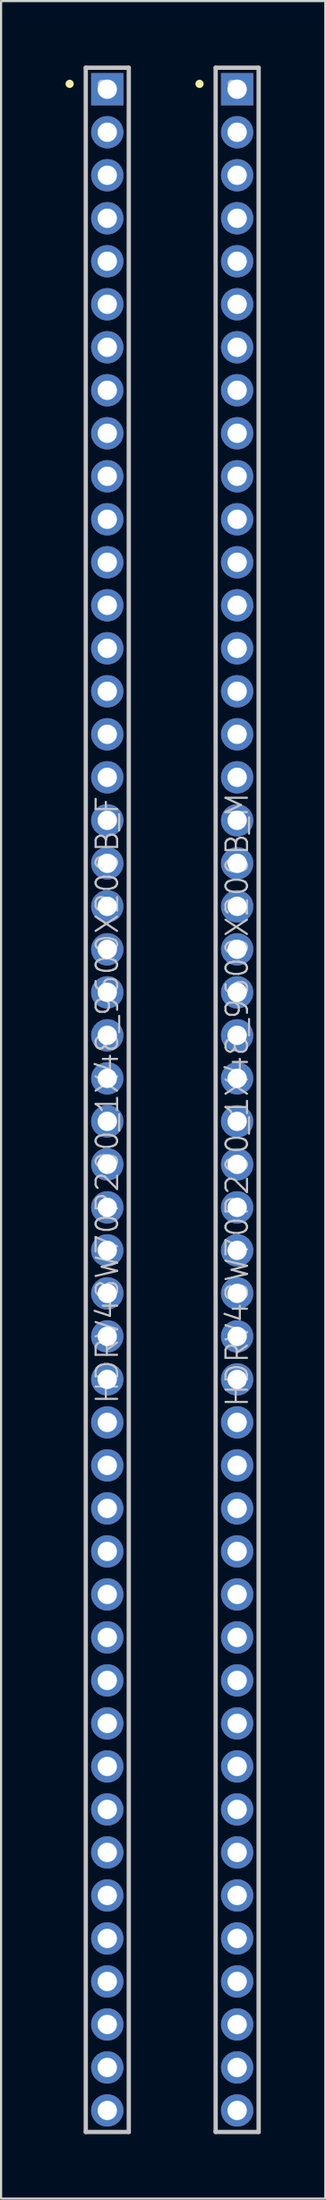
<source format=kicad_pcb>
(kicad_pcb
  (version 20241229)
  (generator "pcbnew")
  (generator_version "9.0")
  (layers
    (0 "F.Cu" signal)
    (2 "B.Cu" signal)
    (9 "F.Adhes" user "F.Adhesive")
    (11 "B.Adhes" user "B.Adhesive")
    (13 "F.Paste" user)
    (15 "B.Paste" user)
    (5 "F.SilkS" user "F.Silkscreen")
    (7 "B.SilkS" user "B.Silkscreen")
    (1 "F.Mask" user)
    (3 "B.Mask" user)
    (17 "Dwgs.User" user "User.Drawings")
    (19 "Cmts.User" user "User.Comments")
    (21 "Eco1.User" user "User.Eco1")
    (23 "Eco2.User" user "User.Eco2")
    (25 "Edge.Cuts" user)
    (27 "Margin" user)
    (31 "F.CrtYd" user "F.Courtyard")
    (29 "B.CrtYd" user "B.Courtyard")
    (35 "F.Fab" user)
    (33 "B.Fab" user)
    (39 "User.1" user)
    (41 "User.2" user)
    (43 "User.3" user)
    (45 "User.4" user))
  (footprint "HDRV48W70P200_1X48_9600X200B_M"
    (layer "F.Cu")
    (at 7.981 48.1)
    (property "Reference" "HDRV48W70P200_1X48_9600X200B_M" (at 0 0 90) (layer "Dwgs.User") (effects (font (size 1 1) (thickness 0.1))))
    (attr through_hole)
    (fp_line (start -1.75 -47.25) (end -1.75 -47.25) (stroke (width 0.381) (type solid)) (layer "F.SilkS"))
    (fp_line (start -1 -48) (end -1 48) (stroke (width 0.2) (type solid)) (layer "Dwgs.User"))
    (fp_line (start -1 -48) (end 1 -48) (stroke (width 0.2) (type solid)) (layer "Dwgs.User"))
    (fp_line (start -1 48) (end 1 48) (stroke (width 0.2) (type solid)) (layer "Dwgs.User"))
    (fp_line (start -0.25 -47.25) (end -0.25 -47.25) (stroke (width 0.381) (type solid)) (layer "Dwgs.User"))
    (fp_line (start 1 -48) (end 1 48) (stroke (width 0.2) (type solid)) (layer "Dwgs.User"))
    (pad "1" thru_hole rect (at 0 -47) (size 1.5 1.5) (drill 0.9) (layers "*.Cu" "*.Mask"))
    (pad "2" thru_hole circle (at 0 -45 270) (size 1.5 1.5) (drill 0.9) (layers "*.Cu" "*.Mask"))
    (pad "3" thru_hole circle (at 0 -43 270) (size 1.5 1.5) (drill 0.9) (layers "*.Cu" "*.Mask"))
    (pad "4" thru_hole circle (at 0 -41 270) (size 1.5 1.5) (drill 0.9) (layers "*.Cu" "*.Mask"))
    (pad "5" thru_hole circle (at 0 -39 270) (size 1.5 1.5) (drill 0.9) (layers "*.Cu" "*.Mask"))
    (pad "6" thru_hole circle (at 0 -37 270) (size 1.5 1.5) (drill 0.9) (layers "*.Cu" "*.Mask"))
    (pad "7" thru_hole circle (at 0 -35 270) (size 1.5 1.5) (drill 0.9) (layers "*.Cu" "*.Mask"))
    (pad "8" thru_hole circle (at 0 -33 270) (size 1.5 1.5) (drill 0.9) (layers "*.Cu" "*.Mask"))
    (pad "9" thru_hole circle (at 0 -31 270) (size 1.5 1.5) (drill 0.9) (layers "*.Cu" "*.Mask"))
    (pad "10" thru_hole circle (at 0 -29 270) (size 1.5 1.5) (drill 0.9) (layers "*.Cu" "*.Mask"))
    (pad "11" thru_hole circle (at 0 -27 270) (size 1.5 1.5) (drill 0.9) (layers "*.Cu" "*.Mask"))
    (pad "12" thru_hole circle (at 0 -25 270) (size 1.5 1.5) (drill 0.9) (layers "*.Cu" "*.Mask"))
    (pad "13" thru_hole circle (at 0 -23 270) (size 1.5 1.5) (drill 0.9) (layers "*.Cu" "*.Mask"))
    (pad "14" thru_hole circle (at 0 -21 270) (size 1.5 1.5) (drill 0.9) (layers "*.Cu" "*.Mask"))
    (pad "15" thru_hole circle (at 0 -19 270) (size 1.5 1.5) (drill 0.9) (layers "*.Cu" "*.Mask"))
    (pad "16" thru_hole circle (at 0 -17 270) (size 1.5 1.5) (drill 0.9) (layers "*.Cu" "*.Mask"))
    (pad "17" thru_hole circle (at 0 -15 270) (size 1.5 1.5) (drill 0.9) (layers "*.Cu" "*.Mask"))
    (pad "18" thru_hole circle (at 0 -13 270) (size 1.5 1.5) (drill 0.9) (layers "*.Cu" "*.Mask"))
    (pad "19" thru_hole circle (at 0 -11 270) (size 1.5 1.5) (drill 0.9) (layers "*.Cu" "*.Mask"))
    (pad "20" thru_hole circle (at 0 -9 270) (size 1.5 1.5) (drill 0.9) (layers "*.Cu" "*.Mask"))
    (pad "21" thru_hole circle (at 0 -7 270) (size 1.5 1.5) (drill 0.9) (layers "*.Cu" "*.Mask"))
    (pad "22" thru_hole circle (at 0 -5 270) (size 1.5 1.5) (drill 0.9) (layers "*.Cu" "*.Mask"))
    (pad "23" thru_hole circle (at 0 -3 270) (size 1.5 1.5) (drill 0.9) (layers "*.Cu" "*.Mask"))
    (pad "24" thru_hole circle (at 0 -1 270) (size 1.5 1.5) (drill 0.9) (layers "*.Cu" "*.Mask"))
    (pad "25" thru_hole circle (at 0 1 270) (size 1.5 1.5) (drill 0.9) (layers "*.Cu" "*.Mask"))
    (pad "26" thru_hole circle (at 0 3 270) (size 1.5 1.5) (drill 0.9) (layers "*.Cu" "*.Mask"))
    (pad "27" thru_hole circle (at 0 5 270) (size 1.5 1.5) (drill 0.9) (layers "*.Cu" "*.Mask"))
    (pad "28" thru_hole circle (at 0 7 270) (size 1.5 1.5) (drill 0.9) (layers "*.Cu" "*.Mask"))
    (pad "29" thru_hole circle (at 0 9 270) (size 1.5 1.5) (drill 0.9) (layers "*.Cu" "*.Mask"))
    (pad "30" thru_hole circle (at 0 11 270) (size 1.5 1.5) (drill 0.9) (layers "*.Cu" "*.Mask"))
    (pad "31" thru_hole circle (at 0 13 270) (size 1.5 1.5) (drill 0.9) (layers "*.Cu" "*.Mask"))
    (pad "32" thru_hole circle (at 0 15 270) (size 1.5 1.5) (drill 0.9) (layers "*.Cu" "*.Mask"))
    (pad "33" thru_hole circle (at 0 17 270) (size 1.5 1.5) (drill 0.9) (layers "*.Cu" "*.Mask"))
    (pad "34" thru_hole circle (at 0 19 270) (size 1.5 1.5) (drill 0.9) (layers "*.Cu" "*.Mask"))
    (pad "35" thru_hole circle (at 0 21 270) (size 1.5 1.5) (drill 0.9) (layers "*.Cu" "*.Mask"))
    (pad "36" thru_hole circle (at 0 23 270) (size 1.5 1.5) (drill 0.9) (layers "*.Cu" "*.Mask"))
    (pad "37" thru_hole circle (at 0 25 270) (size 1.5 1.5) (drill 0.9) (layers "*.Cu" "*.Mask"))
    (pad "38" thru_hole circle (at 0 27 270) (size 1.5 1.5) (drill 0.9) (layers "*.Cu" "*.Mask"))
    (pad "39" thru_hole circle (at 0 29 270) (size 1.5 1.5) (drill 0.9) (layers "*.Cu" "*.Mask"))
    (pad "40" thru_hole circle (at 0 31 270) (size 1.5 1.5) (drill 0.9) (layers "*.Cu" "*.Mask"))
    (pad "41" thru_hole circle (at 0 33 270) (size 1.5 1.5) (drill 0.9) (layers "*.Cu" "*.Mask"))
    (pad "42" thru_hole circle (at 0 35 270) (size 1.5 1.5) (drill 0.9) (layers "*.Cu" "*.Mask"))
    (pad "43" thru_hole circle (at 0 37 270) (size 1.5 1.5) (drill 0.9) (layers "*.Cu" "*.Mask"))
    (pad "44" thru_hole circle (at 0 39 270) (size 1.5 1.5) (drill 0.9) (layers "*.Cu" "*.Mask"))
    (pad "45" thru_hole circle (at 0 41 270) (size 1.5 1.5) (drill 0.9) (layers "*.Cu" "*.Mask"))
    (pad "46" thru_hole circle (at 0 43 270) (size 1.5 1.5) (drill 0.9) (layers "*.Cu" "*.Mask"))
    (pad "47" thru_hole circle (at 0 45 270) (size 1.5 1.5) (drill 0.9) (layers "*.Cu" "*.Mask"))
    (pad "48" thru_hole circle (at 0 47 270) (size 1.5 1.5) (drill 0.9) (layers "*.Cu" "*.Mask")))
  (footprint "HDRV48W70P200_1X48_9600X200B_F"
    (layer "F.Cu")
    (at 1.94 48.1)
    (property "Reference" "HDRV48W70P200_1X48_9600X200B_F" (at 0 0 90) (layer "Dwgs.User") (effects (font (size 1 1) (thickness 0.1))))
    (attr through_hole)
    (fp_line (start -1.75 -47.25) (end -1.75 -47.25) (stroke (width 0.381) (type solid)) (layer "F.SilkS"))
    (fp_line (start -1 -48) (end -1 48) (stroke (width 0.2) (type solid)) (layer "Dwgs.User"))
    (fp_line (start -1 -48) (end 1 -48) (stroke (width 0.2) (type solid)) (layer "Dwgs.User"))
    (fp_line (start -1 48) (end 1 48) (stroke (width 0.2) (type solid)) (layer "Dwgs.User"))
    (fp_line (start -0.25 -47.25) (end -0.25 -47.25) (stroke (width 0.381) (type solid)) (layer "Dwgs.User"))
    (fp_line (start 1 -48) (end 1 48) (stroke (width 0.2) (type solid)) (layer "Dwgs.User"))
    (pad "1" thru_hole rect (at 0 -47) (size 1.5 1.5) (drill 0.9) (layers "*.Cu" "*.Mask"))
    (pad "2" thru_hole circle (at 0 -45 270) (size 1.5 1.5) (drill 0.9) (layers "*.Cu" "*.Mask"))
    (pad "3" thru_hole circle (at 0 -43 270) (size 1.5 1.5) (drill 0.9) (layers "*.Cu" "*.Mask"))
    (pad "4" thru_hole circle (at 0 -41 270) (size 1.5 1.5) (drill 0.9) (layers "*.Cu" "*.Mask"))
    (pad "5" thru_hole circle (at 0 -39 270) (size 1.5 1.5) (drill 0.9) (layers "*.Cu" "*.Mask"))
    (pad "6" thru_hole circle (at 0 -37 270) (size 1.5 1.5) (drill 0.9) (layers "*.Cu" "*.Mask"))
    (pad "7" thru_hole circle (at 0 -35 270) (size 1.5 1.5) (drill 0.9) (layers "*.Cu" "*.Mask"))
    (pad "8" thru_hole circle (at 0 -33 270) (size 1.5 1.5) (drill 0.9) (layers "*.Cu" "*.Mask"))
    (pad "9" thru_hole circle (at 0 -31 270) (size 1.5 1.5) (drill 0.9) (layers "*.Cu" "*.Mask"))
    (pad "10" thru_hole circle (at 0 -29 270) (size 1.5 1.5) (drill 0.9) (layers "*.Cu" "*.Mask"))
    (pad "11" thru_hole circle (at 0 -27 270) (size 1.5 1.5) (drill 0.9) (layers "*.Cu" "*.Mask"))
    (pad "12" thru_hole circle (at 0 -25 270) (size 1.5 1.5) (drill 0.9) (layers "*.Cu" "*.Mask"))
    (pad "13" thru_hole circle (at 0 -23 270) (size 1.5 1.5) (drill 0.9) (layers "*.Cu" "*.Mask"))
    (pad "14" thru_hole circle (at 0 -21 270) (size 1.5 1.5) (drill 0.9) (layers "*.Cu" "*.Mask"))
    (pad "15" thru_hole circle (at 0 -19 270) (size 1.5 1.5) (drill 0.9) (layers "*.Cu" "*.Mask"))
    (pad "16" thru_hole circle (at 0 -17 270) (size 1.5 1.5) (drill 0.9) (layers "*.Cu" "*.Mask"))
    (pad "17" thru_hole circle (at 0 -15 270) (size 1.5 1.5) (drill 0.9) (layers "*.Cu" "*.Mask"))
    (pad "18" thru_hole circle (at 0 -13 270) (size 1.5 1.5) (drill 0.9) (layers "*.Cu" "*.Mask"))
    (pad "19" thru_hole circle (at 0 -11 270) (size 1.5 1.5) (drill 0.9) (layers "*.Cu" "*.Mask"))
    (pad "20" thru_hole circle (at 0 -9 270) (size 1.5 1.5) (drill 0.9) (layers "*.Cu" "*.Mask"))
    (pad "21" thru_hole circle (at 0 -7 270) (size 1.5 1.5) (drill 0.9) (layers "*.Cu" "*.Mask"))
    (pad "22" thru_hole circle (at 0 -5 270) (size 1.5 1.5) (drill 0.9) (layers "*.Cu" "*.Mask"))
    (pad "23" thru_hole circle (at 0 -3 270) (size 1.5 1.5) (drill 0.9) (layers "*.Cu" "*.Mask"))
    (pad "24" thru_hole circle (at 0 -1 270) (size 1.5 1.5) (drill 0.9) (layers "*.Cu" "*.Mask"))
    (pad "25" thru_hole circle (at 0 1 270) (size 1.5 1.5) (drill 0.9) (layers "*.Cu" "*.Mask"))
    (pad "26" thru_hole circle (at 0 3 270) (size 1.5 1.5) (drill 0.9) (layers "*.Cu" "*.Mask"))
    (pad "27" thru_hole circle (at 0 5 270) (size 1.5 1.5) (drill 0.9) (layers "*.Cu" "*.Mask"))
    (pad "28" thru_hole circle (at 0 7 270) (size 1.5 1.5) (drill 0.9) (layers "*.Cu" "*.Mask"))
    (pad "29" thru_hole circle (at 0 9 270) (size 1.5 1.5) (drill 0.9) (layers "*.Cu" "*.Mask"))
    (pad "30" thru_hole circle (at 0 11 270) (size 1.5 1.5) (drill 0.9) (layers "*.Cu" "*.Mask"))
    (pad "31" thru_hole circle (at 0 13 270) (size 1.5 1.5) (drill 0.9) (layers "*.Cu" "*.Mask"))
    (pad "32" thru_hole circle (at 0 15 270) (size 1.5 1.5) (drill 0.9) (layers "*.Cu" "*.Mask"))
    (pad "33" thru_hole circle (at 0 17 270) (size 1.5 1.5) (drill 0.9) (layers "*.Cu" "*.Mask"))
    (pad "34" thru_hole circle (at 0 19 270) (size 1.5 1.5) (drill 0.9) (layers "*.Cu" "*.Mask"))
    (pad "35" thru_hole circle (at 0 21 270) (size 1.5 1.5) (drill 0.9) (layers "*.Cu" "*.Mask"))
    (pad "36" thru_hole circle (at 0 23 270) (size 1.5 1.5) (drill 0.9) (layers "*.Cu" "*.Mask"))
    (pad "37" thru_hole circle (at 0 25 270) (size 1.5 1.5) (drill 0.9) (layers "*.Cu" "*.Mask"))
    (pad "38" thru_hole circle (at 0 27 270) (size 1.5 1.5) (drill 0.9) (layers "*.Cu" "*.Mask"))
    (pad "39" thru_hole circle (at 0 29 270) (size 1.5 1.5) (drill 0.9) (layers "*.Cu" "*.Mask"))
    (pad "40" thru_hole circle (at 0 31 270) (size 1.5 1.5) (drill 0.9) (layers "*.Cu" "*.Mask"))
    (pad "41" thru_hole circle (at 0 33 270) (size 1.5 1.5) (drill 0.9) (layers "*.Cu" "*.Mask"))
    (pad "42" thru_hole circle (at 0 35 270) (size 1.5 1.5) (drill 0.9) (layers "*.Cu" "*.Mask"))
    (pad "43" thru_hole circle (at 0 37 270) (size 1.5 1.5) (drill 0.9) (layers "*.Cu" "*.Mask"))
    (pad "44" thru_hole circle (at 0 39 270) (size 1.5 1.5) (drill 0.9) (layers "*.Cu" "*.Mask"))
    (pad "45" thru_hole circle (at 0 41 270) (size 1.5 1.5) (drill 0.9) (layers "*.Cu" "*.Mask"))
    (pad "46" thru_hole circle (at 0 43 270) (size 1.5 1.5) (drill 0.9) (layers "*.Cu" "*.Mask"))
    (pad "47" thru_hole circle (at 0 45 270) (size 1.5 1.5) (drill 0.9) (layers "*.Cu" "*.Mask"))
    (pad "48" thru_hole circle (at 0 47 270) (size 1.5 1.5) (drill 0.9) (layers "*.Cu" "*.Mask")))
  (gr_rect
    (start -3 -3)
    (end 12.081 99.2)
    (stroke (width 0.1) (type default))
    (fill no)
    (layer "Edge.Cuts")))
</source>
